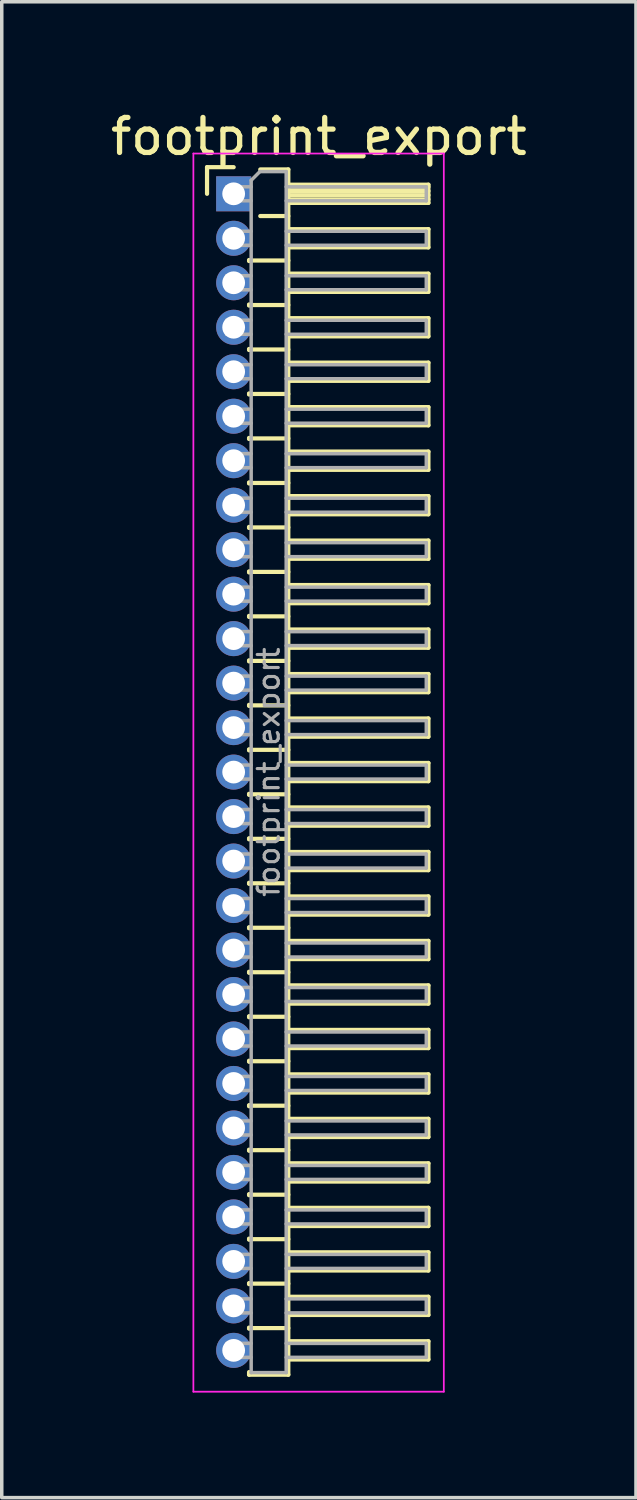
<source format=kicad_pcb>
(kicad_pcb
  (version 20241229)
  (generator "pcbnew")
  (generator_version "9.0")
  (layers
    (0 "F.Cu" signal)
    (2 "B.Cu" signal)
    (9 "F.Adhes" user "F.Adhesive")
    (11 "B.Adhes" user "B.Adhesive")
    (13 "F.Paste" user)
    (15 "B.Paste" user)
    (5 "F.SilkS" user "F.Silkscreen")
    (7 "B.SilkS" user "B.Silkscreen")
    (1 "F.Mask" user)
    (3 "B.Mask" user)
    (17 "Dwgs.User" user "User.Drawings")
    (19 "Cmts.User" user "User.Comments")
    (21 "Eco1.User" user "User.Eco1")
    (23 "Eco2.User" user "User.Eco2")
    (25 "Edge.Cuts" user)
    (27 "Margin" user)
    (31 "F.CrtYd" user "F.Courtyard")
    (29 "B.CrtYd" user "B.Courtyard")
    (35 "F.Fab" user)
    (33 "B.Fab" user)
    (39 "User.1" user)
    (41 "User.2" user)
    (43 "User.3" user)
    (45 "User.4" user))
  (footprint "footprint_export"
    (layer "F.Cu")
    (at 3.621 2.483)
    (property "Reference" "footprint_export" (at 2.433 -1.635 0) (layer "F.SilkS") (effects (font (size 1 1) (thickness 0.15))))
    (attr through_hole)
    (fp_line (start -0.76 -0.76) (end 0 -0.76) (stroke (width 0.12) (type solid)) (layer "F.SilkS"))
    (fp_line (start -0.76 0) (end -0.76 -0.76) (stroke (width 0.12) (type solid)) (layer "F.SilkS"))
    (fp_line (start 0.44 1.89) (end 0.44 1.92) (stroke (width 0.12) (type solid)) (layer "F.SilkS"))
    (fp_line (start 0.44 1.905) (end 1.56 1.905) (stroke (width 0.12) (type solid)) (layer "F.SilkS"))
    (fp_line (start 0.44 3.16) (end 0.44 3.19) (stroke (width 0.12) (type solid)) (layer "F.SilkS"))
    (fp_line (start 0.44 3.175) (end 1.56 3.175) (stroke (width 0.12) (type solid)) (layer "F.SilkS"))
    (fp_line (start 0.44 4.43) (end 0.44 4.46) (stroke (width 0.12) (type solid)) (layer "F.SilkS"))
    (fp_line (start 0.44 4.445) (end 1.56 4.445) (stroke (width 0.12) (type solid)) (layer "F.SilkS"))
    (fp_line (start 0.44 5.7) (end 0.44 5.73) (stroke (width 0.12) (type solid)) (layer "F.SilkS"))
    (fp_line (start 0.44 5.715) (end 1.56 5.715) (stroke (width 0.12) (type solid)) (layer "F.SilkS"))
    (fp_line (start 0.44 6.97) (end 0.44 7) (stroke (width 0.12) (type solid)) (layer "F.SilkS"))
    (fp_line (start 0.44 6.985) (end 1.56 6.985) (stroke (width 0.12) (type solid)) (layer "F.SilkS"))
    (fp_line (start 0.44 8.24) (end 0.44 8.27) (stroke (width 0.12) (type solid)) (layer "F.SilkS"))
    (fp_line (start 0.44 8.255) (end 1.56 8.255) (stroke (width 0.12) (type solid)) (layer "F.SilkS"))
    (fp_line (start 0.44 9.51) (end 0.44 9.54) (stroke (width 0.12) (type solid)) (layer "F.SilkS"))
    (fp_line (start 0.44 9.525) (end 1.56 9.525) (stroke (width 0.12) (type solid)) (layer "F.SilkS"))
    (fp_line (start 0.44 10.78) (end 0.44 10.81) (stroke (width 0.12) (type solid)) (layer "F.SilkS"))
    (fp_line (start 0.44 10.795) (end 1.56 10.795) (stroke (width 0.12) (type solid)) (layer "F.SilkS"))
    (fp_line (start 0.44 12.05) (end 0.44 12.08) (stroke (width 0.12) (type solid)) (layer "F.SilkS"))
    (fp_line (start 0.44 12.065) (end 1.56 12.065) (stroke (width 0.12) (type solid)) (layer "F.SilkS"))
    (fp_line (start 0.44 13.32) (end 0.44 13.35) (stroke (width 0.12) (type solid)) (layer "F.SilkS"))
    (fp_line (start 0.44 13.335) (end 1.56 13.335) (stroke (width 0.12) (type solid)) (layer "F.SilkS"))
    (fp_line (start 0.44 14.59) (end 0.44 14.62) (stroke (width 0.12) (type solid)) (layer "F.SilkS"))
    (fp_line (start 0.44 14.605) (end 1.56 14.605) (stroke (width 0.12) (type solid)) (layer "F.SilkS"))
    (fp_line (start 0.44 15.86) (end 0.44 15.89) (stroke (width 0.12) (type solid)) (layer "F.SilkS"))
    (fp_line (start 0.44 15.875) (end 1.56 15.875) (stroke (width 0.12) (type solid)) (layer "F.SilkS"))
    (fp_line (start 0.44 17.13) (end 0.44 17.16) (stroke (width 0.12) (type solid)) (layer "F.SilkS"))
    (fp_line (start 0.44 17.145) (end 1.56 17.145) (stroke (width 0.12) (type solid)) (layer "F.SilkS"))
    (fp_line (start 0.44 18.4) (end 0.44 18.43) (stroke (width 0.12) (type solid)) (layer "F.SilkS"))
    (fp_line (start 0.44 18.415) (end 1.56 18.415) (stroke (width 0.12) (type solid)) (layer "F.SilkS"))
    (fp_line (start 0.44 19.67) (end 0.44 19.7) (stroke (width 0.12) (type solid)) (layer "F.SilkS"))
    (fp_line (start 0.44 19.685) (end 1.56 19.685) (stroke (width 0.12) (type solid)) (layer "F.SilkS"))
    (fp_line (start 0.44 20.94) (end 0.44 20.97) (stroke (width 0.12) (type solid)) (layer "F.SilkS"))
    (fp_line (start 0.44 20.955) (end 1.56 20.955) (stroke (width 0.12) (type solid)) (layer "F.SilkS"))
    (fp_line (start 0.44 22.21) (end 0.44 22.24) (stroke (width 0.12) (type solid)) (layer "F.SilkS"))
    (fp_line (start 0.44 22.225) (end 1.56 22.225) (stroke (width 0.12) (type solid)) (layer "F.SilkS"))
    (fp_line (start 0.44 23.48) (end 0.44 23.51) (stroke (width 0.12) (type solid)) (layer "F.SilkS"))
    (fp_line (start 0.44 23.495) (end 1.56 23.495) (stroke (width 0.12) (type solid)) (layer "F.SilkS"))
    (fp_line (start 0.44 24.75) (end 0.44 24.78) (stroke (width 0.12) (type solid)) (layer "F.SilkS"))
    (fp_line (start 0.44 24.765) (end 1.56 24.765) (stroke (width 0.12) (type solid)) (layer "F.SilkS"))
    (fp_line (start 0.44 26.02) (end 0.44 26.05) (stroke (width 0.12) (type solid)) (layer "F.SilkS"))
    (fp_line (start 0.44 26.035) (end 1.56 26.035) (stroke (width 0.12) (type solid)) (layer "F.SilkS"))
    (fp_line (start 0.44 27.29) (end 0.44 27.32) (stroke (width 0.12) (type solid)) (layer "F.SilkS"))
    (fp_line (start 0.44 27.305) (end 1.56 27.305) (stroke (width 0.12) (type solid)) (layer "F.SilkS"))
    (fp_line (start 0.44 28.56) (end 0.44 28.59) (stroke (width 0.12) (type solid)) (layer "F.SilkS"))
    (fp_line (start 0.44 28.575) (end 1.56 28.575) (stroke (width 0.12) (type solid)) (layer "F.SilkS"))
    (fp_line (start 0.44 29.83) (end 0.44 29.86) (stroke (width 0.12) (type solid)) (layer "F.SilkS"))
    (fp_line (start 0.44 29.845) (end 1.56 29.845) (stroke (width 0.12) (type solid)) (layer "F.SilkS"))
    (fp_line (start 0.44 31.1) (end 0.44 31.13) (stroke (width 0.12) (type solid)) (layer "F.SilkS"))
    (fp_line (start 0.44 31.115) (end 1.56 31.115) (stroke (width 0.12) (type solid)) (layer "F.SilkS"))
    (fp_line (start 0.44 32.37) (end 0.44 32.4) (stroke (width 0.12) (type solid)) (layer "F.SilkS"))
    (fp_line (start 0.44 32.385) (end 1.56 32.385) (stroke (width 0.12) (type solid)) (layer "F.SilkS"))
    (fp_line (start 0.44 33.715) (end 0.44 33.64) (stroke (width 0.12) (type solid)) (layer "F.SilkS"))
    (fp_line (start 0.76 -0.695) (end 1.56 -0.695) (stroke (width 0.12) (type solid)) (layer "F.SilkS"))
    (fp_line (start 0.76 0.635) (end 1.56 0.635) (stroke (width 0.12) (type solid)) (layer "F.SilkS"))
    (fp_line (start 1.56 -0.695) (end 1.56 33.715) (stroke (width 0.12) (type solid)) (layer "F.SilkS"))
    (fp_line (start 1.56 -0.26) (end 5.56 -0.26) (stroke (width 0.12) (type solid)) (layer "F.SilkS"))
    (fp_line (start 1.56 -0.2) (end 5.56 -0.2) (stroke (width 0.12) (type solid)) (layer "F.SilkS"))
    (fp_line (start 1.56 -0.08) (end 5.56 -0.08) (stroke (width 0.12) (type solid)) (layer "F.SilkS"))
    (fp_line (start 1.56 0.04) (end 5.56 0.04) (stroke (width 0.12) (type solid)) (layer "F.SilkS"))
    (fp_line (start 1.56 0.16) (end 5.56 0.16) (stroke (width 0.12) (type solid)) (layer "F.SilkS"))
    (fp_line (start 1.56 1.01) (end 5.56 1.01) (stroke (width 0.12) (type solid)) (layer "F.SilkS"))
    (fp_line (start 1.56 2.28) (end 5.56 2.28) (stroke (width 0.12) (type solid)) (layer "F.SilkS"))
    (fp_line (start 1.56 3.55) (end 5.56 3.55) (stroke (width 0.12) (type solid)) (layer "F.SilkS"))
    (fp_line (start 1.56 4.82) (end 5.56 4.82) (stroke (width 0.12) (type solid)) (layer "F.SilkS"))
    (fp_line (start 1.56 6.09) (end 5.56 6.09) (stroke (width 0.12) (type solid)) (layer "F.SilkS"))
    (fp_line (start 1.56 7.36) (end 5.56 7.36) (stroke (width 0.12) (type solid)) (layer "F.SilkS"))
    (fp_line (start 1.56 8.63) (end 5.56 8.63) (stroke (width 0.12) (type solid)) (layer "F.SilkS"))
    (fp_line (start 1.56 9.9) (end 5.56 9.9) (stroke (width 0.12) (type solid)) (layer "F.SilkS"))
    (fp_line (start 1.56 11.17) (end 5.56 11.17) (stroke (width 0.12) (type solid)) (layer "F.SilkS"))
    (fp_line (start 1.56 12.44) (end 5.56 12.44) (stroke (width 0.12) (type solid)) (layer "F.SilkS"))
    (fp_line (start 1.56 13.71) (end 5.56 13.71) (stroke (width 0.12) (type solid)) (layer "F.SilkS"))
    (fp_line (start 1.56 14.98) (end 5.56 14.98) (stroke (width 0.12) (type solid)) (layer "F.SilkS"))
    (fp_line (start 1.56 16.25) (end 5.56 16.25) (stroke (width 0.12) (type solid)) (layer "F.SilkS"))
    (fp_line (start 1.56 17.52) (end 5.56 17.52) (stroke (width 0.12) (type solid)) (layer "F.SilkS"))
    (fp_line (start 1.56 18.79) (end 5.56 18.79) (stroke (width 0.12) (type solid)) (layer "F.SilkS"))
    (fp_line (start 1.56 20.06) (end 5.56 20.06) (stroke (width 0.12) (type solid)) (layer "F.SilkS"))
    (fp_line (start 1.56 21.33) (end 5.56 21.33) (stroke (width 0.12) (type solid)) (layer "F.SilkS"))
    (fp_line (start 1.56 22.6) (end 5.56 22.6) (stroke (width 0.12) (type solid)) (layer "F.SilkS"))
    (fp_line (start 1.56 23.87) (end 5.56 23.87) (stroke (width 0.12) (type solid)) (layer "F.SilkS"))
    (fp_line (start 1.56 25.14) (end 5.56 25.14) (stroke (width 0.12) (type solid)) (layer "F.SilkS"))
    (fp_line (start 1.56 26.41) (end 5.56 26.41) (stroke (width 0.12) (type solid)) (layer "F.SilkS"))
    (fp_line (start 1.56 27.68) (end 5.56 27.68) (stroke (width 0.12) (type solid)) (layer "F.SilkS"))
    (fp_line (start 1.56 28.95) (end 5.56 28.95) (stroke (width 0.12) (type solid)) (layer "F.SilkS"))
    (fp_line (start 1.56 30.22) (end 5.56 30.22) (stroke (width 0.12) (type solid)) (layer "F.SilkS"))
    (fp_line (start 1.56 31.49) (end 5.56 31.49) (stroke (width 0.12) (type solid)) (layer "F.SilkS"))
    (fp_line (start 1.56 32.76) (end 5.56 32.76) (stroke (width 0.12) (type solid)) (layer "F.SilkS"))
    (fp_line (start 1.56 33.715) (end 0.44 33.715) (stroke (width 0.12) (type solid)) (layer "F.SilkS"))
    (fp_line (start 5.56 -0.26) (end 5.56 0.26) (stroke (width 0.12) (type solid)) (layer "F.SilkS"))
    (fp_line (start 5.56 0.26) (end 1.56 0.26) (stroke (width 0.12) (type solid)) (layer "F.SilkS"))
    (fp_line (start 5.56 1.01) (end 5.56 1.53) (stroke (width 0.12) (type solid)) (layer "F.SilkS"))
    (fp_line (start 5.56 1.53) (end 1.56 1.53) (stroke (width 0.12) (type solid)) (layer "F.SilkS"))
    (fp_line (start 5.56 2.28) (end 5.56 2.8) (stroke (width 0.12) (type solid)) (layer "F.SilkS"))
    (fp_line (start 5.56 2.8) (end 1.56 2.8) (stroke (width 0.12) (type solid)) (layer "F.SilkS"))
    (fp_line (start 5.56 3.55) (end 5.56 4.07) (stroke (width 0.12) (type solid)) (layer "F.SilkS"))
    (fp_line (start 5.56 4.07) (end 1.56 4.07) (stroke (width 0.12) (type solid)) (layer "F.SilkS"))
    (fp_line (start 5.56 4.82) (end 5.56 5.34) (stroke (width 0.12) (type solid)) (layer "F.SilkS"))
    (fp_line (start 5.56 5.34) (end 1.56 5.34) (stroke (width 0.12) (type solid)) (layer "F.SilkS"))
    (fp_line (start 5.56 6.09) (end 5.56 6.61) (stroke (width 0.12) (type solid)) (layer "F.SilkS"))
    (fp_line (start 5.56 6.61) (end 1.56 6.61) (stroke (width 0.12) (type solid)) (layer "F.SilkS"))
    (fp_line (start 5.56 7.36) (end 5.56 7.88) (stroke (width 0.12) (type solid)) (layer "F.SilkS"))
    (fp_line (start 5.56 7.88) (end 1.56 7.88) (stroke (width 0.12) (type solid)) (layer "F.SilkS"))
    (fp_line (start 5.56 8.63) (end 5.56 9.15) (stroke (width 0.12) (type solid)) (layer "F.SilkS"))
    (fp_line (start 5.56 9.15) (end 1.56 9.15) (stroke (width 0.12) (type solid)) (layer "F.SilkS"))
    (fp_line (start 5.56 9.9) (end 5.56 10.42) (stroke (width 0.12) (type solid)) (layer "F.SilkS"))
    (fp_line (start 5.56 10.42) (end 1.56 10.42) (stroke (width 0.12) (type solid)) (layer "F.SilkS"))
    (fp_line (start 5.56 11.17) (end 5.56 11.69) (stroke (width 0.12) (type solid)) (layer "F.SilkS"))
    (fp_line (start 5.56 11.69) (end 1.56 11.69) (stroke (width 0.12) (type solid)) (layer "F.SilkS"))
    (fp_line (start 5.56 12.44) (end 5.56 12.96) (stroke (width 0.12) (type solid)) (layer "F.SilkS"))
    (fp_line (start 5.56 12.96) (end 1.56 12.96) (stroke (width 0.12) (type solid)) (layer "F.SilkS"))
    (fp_line (start 5.56 13.71) (end 5.56 14.23) (stroke (width 0.12) (type solid)) (layer "F.SilkS"))
    (fp_line (start 5.56 14.23) (end 1.56 14.23) (stroke (width 0.12) (type solid)) (layer "F.SilkS"))
    (fp_line (start 5.56 14.98) (end 5.56 15.5) (stroke (width 0.12) (type solid)) (layer "F.SilkS"))
    (fp_line (start 5.56 15.5) (end 1.56 15.5) (stroke (width 0.12) (type solid)) (layer "F.SilkS"))
    (fp_line (start 5.56 16.25) (end 5.56 16.77) (stroke (width 0.12) (type solid)) (layer "F.SilkS"))
    (fp_line (start 5.56 16.77) (end 1.56 16.77) (stroke (width 0.12) (type solid)) (layer "F.SilkS"))
    (fp_line (start 5.56 17.52) (end 5.56 18.04) (stroke (width 0.12) (type solid)) (layer "F.SilkS"))
    (fp_line (start 5.56 18.04) (end 1.56 18.04) (stroke (width 0.12) (type solid)) (layer "F.SilkS"))
    (fp_line (start 5.56 18.79) (end 5.56 19.31) (stroke (width 0.12) (type solid)) (layer "F.SilkS"))
    (fp_line (start 5.56 19.31) (end 1.56 19.31) (stroke (width 0.12) (type solid)) (layer "F.SilkS"))
    (fp_line (start 5.56 20.06) (end 5.56 20.58) (stroke (width 0.12) (type solid)) (layer "F.SilkS"))
    (fp_line (start 5.56 20.58) (end 1.56 20.58) (stroke (width 0.12) (type solid)) (layer "F.SilkS"))
    (fp_line (start 5.56 21.33) (end 5.56 21.85) (stroke (width 0.12) (type solid)) (layer "F.SilkS"))
    (fp_line (start 5.56 21.85) (end 1.56 21.85) (stroke (width 0.12) (type solid)) (layer "F.SilkS"))
    (fp_line (start 5.56 22.6) (end 5.56 23.12) (stroke (width 0.12) (type solid)) (layer "F.SilkS"))
    (fp_line (start 5.56 23.12) (end 1.56 23.12) (stroke (width 0.12) (type solid)) (layer "F.SilkS"))
    (fp_line (start 5.56 23.87) (end 5.56 24.39) (stroke (width 0.12) (type solid)) (layer "F.SilkS"))
    (fp_line (start 5.56 24.39) (end 1.56 24.39) (stroke (width 0.12) (type solid)) (layer "F.SilkS"))
    (fp_line (start 5.56 25.14) (end 5.56 25.66) (stroke (width 0.12) (type solid)) (layer "F.SilkS"))
    (fp_line (start 5.56 25.66) (end 1.56 25.66) (stroke (width 0.12) (type solid)) (layer "F.SilkS"))
    (fp_line (start 5.56 26.41) (end 5.56 26.93) (stroke (width 0.12) (type solid)) (layer "F.SilkS"))
    (fp_line (start 5.56 26.93) (end 1.56 26.93) (stroke (width 0.12) (type solid)) (layer "F.SilkS"))
    (fp_line (start 5.56 27.68) (end 5.56 28.2) (stroke (width 0.12) (type solid)) (layer "F.SilkS"))
    (fp_line (start 5.56 28.2) (end 1.56 28.2) (stroke (width 0.12) (type solid)) (layer "F.SilkS"))
    (fp_line (start 5.56 28.95) (end 5.56 29.47) (stroke (width 0.12) (type solid)) (layer "F.SilkS"))
    (fp_line (start 5.56 29.47) (end 1.56 29.47) (stroke (width 0.12) (type solid)) (layer "F.SilkS"))
    (fp_line (start 5.56 30.22) (end 5.56 30.74) (stroke (width 0.12) (type solid)) (layer "F.SilkS"))
    (fp_line (start 5.56 30.74) (end 1.56 30.74) (stroke (width 0.12) (type solid)) (layer "F.SilkS"))
    (fp_line (start 5.56 31.49) (end 5.56 32.01) (stroke (width 0.12) (type solid)) (layer "F.SilkS"))
    (fp_line (start 5.56 32.01) (end 1.56 32.01) (stroke (width 0.12) (type solid)) (layer "F.SilkS"))
    (fp_line (start 5.56 32.76) (end 5.56 33.28) (stroke (width 0.12) (type solid)) (layer "F.SilkS"))
    (fp_line (start 5.56 33.28) (end 1.56 33.28) (stroke (width 0.12) (type solid)) (layer "F.SilkS"))
    (fp_line (start -1.15 -1.15) (end -1.15 34.2) (stroke (width 0.05) (type solid)) (layer "F.CrtYd"))
    (fp_line (start -1.15 34.2) (end 6 34.2) (stroke (width 0.05) (type solid)) (layer "F.CrtYd"))
    (fp_line (start 6 -1.15) (end -1.15 -1.15) (stroke (width 0.05) (type solid)) (layer "F.CrtYd"))
    (fp_line (start 6 34.2) (end 6 -1.15) (stroke (width 0.05) (type solid)) (layer "F.CrtYd"))
    (fp_line (start -0.2 -0.2) (end -0.2 0.2) (stroke (width 0.1) (type solid)) (layer "F.Fab"))
    (fp_line (start -0.2 -0.2) (end 0.5 -0.2) (stroke (width 0.1) (type solid)) (layer "F.Fab"))
    (fp_line (start -0.2 0.2) (end 0.5 0.2) (stroke (width 0.1) (type solid)) (layer "F.Fab"))
    (fp_line (start -0.2 1.07) (end -0.2 1.47) (stroke (width 0.1) (type solid)) (layer "F.Fab"))
    (fp_line (start -0.2 1.07) (end 0.5 1.07) (stroke (width 0.1) (type solid)) (layer "F.Fab"))
    (fp_line (start -0.2 1.47) (end 0.5 1.47) (stroke (width 0.1) (type solid)) (layer "F.Fab"))
    (fp_line (start -0.2 2.34) (end -0.2 2.74) (stroke (width 0.1) (type solid)) (layer "F.Fab"))
    (fp_line (start -0.2 2.34) (end 0.5 2.34) (stroke (width 0.1) (type solid)) (layer "F.Fab"))
    (fp_line (start -0.2 2.74) (end 0.5 2.74) (stroke (width 0.1) (type solid)) (layer "F.Fab"))
    (fp_line (start -0.2 3.61) (end -0.2 4.01) (stroke (width 0.1) (type solid)) (layer "F.Fab"))
    (fp_line (start -0.2 3.61) (end 0.5 3.61) (stroke (width 0.1) (type solid)) (layer "F.Fab"))
    (fp_line (start -0.2 4.01) (end 0.5 4.01) (stroke (width 0.1) (type solid)) (layer "F.Fab"))
    (fp_line (start -0.2 4.88) (end -0.2 5.28) (stroke (width 0.1) (type solid)) (layer "F.Fab"))
    (fp_line (start -0.2 4.88) (end 0.5 4.88) (stroke (width 0.1) (type solid)) (layer "F.Fab"))
    (fp_line (start -0.2 5.28) (end 0.5 5.28) (stroke (width 0.1) (type solid)) (layer "F.Fab"))
    (fp_line (start -0.2 6.15) (end -0.2 6.55) (stroke (width 0.1) (type solid)) (layer "F.Fab"))
    (fp_line (start -0.2 6.15) (end 0.5 6.15) (stroke (width 0.1) (type solid)) (layer "F.Fab"))
    (fp_line (start -0.2 6.55) (end 0.5 6.55) (stroke (width 0.1) (type solid)) (layer "F.Fab"))
    (fp_line (start -0.2 7.42) (end -0.2 7.82) (stroke (width 0.1) (type solid)) (layer "F.Fab"))
    (fp_line (start -0.2 7.42) (end 0.5 7.42) (stroke (width 0.1) (type solid)) (layer "F.Fab"))
    (fp_line (start -0.2 7.82) (end 0.5 7.82) (stroke (width 0.1) (type solid)) (layer "F.Fab"))
    (fp_line (start -0.2 8.69) (end -0.2 9.09) (stroke (width 0.1) (type solid)) (layer "F.Fab"))
    (fp_line (start -0.2 8.69) (end 0.5 8.69) (stroke (width 0.1) (type solid)) (layer "F.Fab"))
    (fp_line (start -0.2 9.09) (end 0.5 9.09) (stroke (width 0.1) (type solid)) (layer "F.Fab"))
    (fp_line (start -0.2 9.96) (end -0.2 10.36) (stroke (width 0.1) (type solid)) (layer "F.Fab"))
    (fp_line (start -0.2 9.96) (end 0.5 9.96) (stroke (width 0.1) (type solid)) (layer "F.Fab"))
    (fp_line (start -0.2 10.36) (end 0.5 10.36) (stroke (width 0.1) (type solid)) (layer "F.Fab"))
    (fp_line (start -0.2 11.23) (end -0.2 11.63) (stroke (width 0.1) (type solid)) (layer "F.Fab"))
    (fp_line (start -0.2 11.23) (end 0.5 11.23) (stroke (width 0.1) (type solid)) (layer "F.Fab"))
    (fp_line (start -0.2 11.63) (end 0.5 11.63) (stroke (width 0.1) (type solid)) (layer "F.Fab"))
    (fp_line (start -0.2 12.5) (end -0.2 12.9) (stroke (width 0.1) (type solid)) (layer "F.Fab"))
    (fp_line (start -0.2 12.5) (end 0.5 12.5) (stroke (width 0.1) (type solid)) (layer "F.Fab"))
    (fp_line (start -0.2 12.9) (end 0.5 12.9) (stroke (width 0.1) (type solid)) (layer "F.Fab"))
    (fp_line (start -0.2 13.77) (end -0.2 14.17) (stroke (width 0.1) (type solid)) (layer "F.Fab"))
    (fp_line (start -0.2 13.77) (end 0.5 13.77) (stroke (width 0.1) (type solid)) (layer "F.Fab"))
    (fp_line (start -0.2 14.17) (end 0.5 14.17) (stroke (width 0.1) (type solid)) (layer "F.Fab"))
    (fp_line (start -0.2 15.04) (end -0.2 15.44) (stroke (width 0.1) (type solid)) (layer "F.Fab"))
    (fp_line (start -0.2 15.04) (end 0.5 15.04) (stroke (width 0.1) (type solid)) (layer "F.Fab"))
    (fp_line (start -0.2 15.44) (end 0.5 15.44) (stroke (width 0.1) (type solid)) (layer "F.Fab"))
    (fp_line (start -0.2 16.31) (end -0.2 16.71) (stroke (width 0.1) (type solid)) (layer "F.Fab"))
    (fp_line (start -0.2 16.31) (end 0.5 16.31) (stroke (width 0.1) (type solid)) (layer "F.Fab"))
    (fp_line (start -0.2 16.71) (end 0.5 16.71) (stroke (width 0.1) (type solid)) (layer "F.Fab"))
    (fp_line (start -0.2 17.58) (end -0.2 17.98) (stroke (width 0.1) (type solid)) (layer "F.Fab"))
    (fp_line (start -0.2 17.58) (end 0.5 17.58) (stroke (width 0.1) (type solid)) (layer "F.Fab"))
    (fp_line (start -0.2 17.98) (end 0.5 17.98) (stroke (width 0.1) (type solid)) (layer "F.Fab"))
    (fp_line (start -0.2 18.85) (end -0.2 19.25) (stroke (width 0.1) (type solid)) (layer "F.Fab"))
    (fp_line (start -0.2 18.85) (end 0.5 18.85) (stroke (width 0.1) (type solid)) (layer "F.Fab"))
    (fp_line (start -0.2 19.25) (end 0.5 19.25) (stroke (width 0.1) (type solid)) (layer "F.Fab"))
    (fp_line (start -0.2 20.12) (end -0.2 20.52) (stroke (width 0.1) (type solid)) (layer "F.Fab"))
    (fp_line (start -0.2 20.12) (end 0.5 20.12) (stroke (width 0.1) (type solid)) (layer "F.Fab"))
    (fp_line (start -0.2 20.52) (end 0.5 20.52) (stroke (width 0.1) (type solid)) (layer "F.Fab"))
    (fp_line (start -0.2 21.39) (end -0.2 21.79) (stroke (width 0.1) (type solid)) (layer "F.Fab"))
    (fp_line (start -0.2 21.39) (end 0.5 21.39) (stroke (width 0.1) (type solid)) (layer "F.Fab"))
    (fp_line (start -0.2 21.79) (end 0.5 21.79) (stroke (width 0.1) (type solid)) (layer "F.Fab"))
    (fp_line (start -0.2 22.66) (end -0.2 23.06) (stroke (width 0.1) (type solid)) (layer "F.Fab"))
    (fp_line (start -0.2 22.66) (end 0.5 22.66) (stroke (width 0.1) (type solid)) (layer "F.Fab"))
    (fp_line (start -0.2 23.06) (end 0.5 23.06) (stroke (width 0.1) (type solid)) (layer "F.Fab"))
    (fp_line (start -0.2 23.93) (end -0.2 24.33) (stroke (width 0.1) (type solid)) (layer "F.Fab"))
    (fp_line (start -0.2 23.93) (end 0.5 23.93) (stroke (width 0.1) (type solid)) (layer "F.Fab"))
    (fp_line (start -0.2 24.33) (end 0.5 24.33) (stroke (width 0.1) (type solid)) (layer "F.Fab"))
    (fp_line (start -0.2 25.2) (end -0.2 25.6) (stroke (width 0.1) (type solid)) (layer "F.Fab"))
    (fp_line (start -0.2 25.2) (end 0.5 25.2) (stroke (width 0.1) (type solid)) (layer "F.Fab"))
    (fp_line (start -0.2 25.6) (end 0.5 25.6) (stroke (width 0.1) (type solid)) (layer "F.Fab"))
    (fp_line (start -0.2 26.47) (end -0.2 26.87) (stroke (width 0.1) (type solid)) (layer "F.Fab"))
    (fp_line (start -0.2 26.47) (end 0.5 26.47) (stroke (width 0.1) (type solid)) (layer "F.Fab"))
    (fp_line (start -0.2 26.87) (end 0.5 26.87) (stroke (width 0.1) (type solid)) (layer "F.Fab"))
    (fp_line (start -0.2 27.74) (end -0.2 28.14) (stroke (width 0.1) (type solid)) (layer "F.Fab"))
    (fp_line (start -0.2 27.74) (end 0.5 27.74) (stroke (width 0.1) (type solid)) (layer "F.Fab"))
    (fp_line (start -0.2 28.14) (end 0.5 28.14) (stroke (width 0.1) (type solid)) (layer "F.Fab"))
    (fp_line (start -0.2 29.01) (end -0.2 29.41) (stroke (width 0.1) (type solid)) (layer "F.Fab"))
    (fp_line (start -0.2 29.01) (end 0.5 29.01) (stroke (width 0.1) (type solid)) (layer "F.Fab"))
    (fp_line (start -0.2 29.41) (end 0.5 29.41) (stroke (width 0.1) (type solid)) (layer "F.Fab"))
    (fp_line (start -0.2 30.28) (end -0.2 30.68) (stroke (width 0.1) (type solid)) (layer "F.Fab"))
    (fp_line (start -0.2 30.28) (end 0.5 30.28) (stroke (width 0.1) (type solid)) (layer "F.Fab"))
    (fp_line (start -0.2 30.68) (end 0.5 30.68) (stroke (width 0.1) (type solid)) (layer "F.Fab"))
    (fp_line (start -0.2 31.55) (end -0.2 31.95) (stroke (width 0.1) (type solid)) (layer "F.Fab"))
    (fp_line (start -0.2 31.55) (end 0.5 31.55) (stroke (width 0.1) (type solid)) (layer "F.Fab"))
    (fp_line (start -0.2 31.95) (end 0.5 31.95) (stroke (width 0.1) (type solid)) (layer "F.Fab"))
    (fp_line (start -0.2 32.82) (end -0.2 33.22) (stroke (width 0.1) (type solid)) (layer "F.Fab"))
    (fp_line (start -0.2 32.82) (end 0.5 32.82) (stroke (width 0.1) (type solid)) (layer "F.Fab"))
    (fp_line (start -0.2 33.22) (end 0.5 33.22) (stroke (width 0.1) (type solid)) (layer "F.Fab"))
    (fp_line (start 0.5 -0.385) (end 0.75 -0.635) (stroke (width 0.1) (type solid)) (layer "F.Fab"))
    (fp_line (start 0.5 33.655) (end 0.5 -0.385) (stroke (width 0.1) (type solid)) (layer "F.Fab"))
    (fp_line (start 0.75 -0.635) (end 1.5 -0.635) (stroke (width 0.1) (type solid)) (layer "F.Fab"))
    (fp_line (start 1.5 -0.635) (end 1.5 33.655) (stroke (width 0.1) (type solid)) (layer "F.Fab"))
    (fp_line (start 1.5 -0.2) (end 5.5 -0.2) (stroke (width 0.1) (type solid)) (layer "F.Fab"))
    (fp_line (start 1.5 0.2) (end 5.5 0.2) (stroke (width 0.1) (type solid)) (layer "F.Fab"))
    (fp_line (start 1.5 1.07) (end 5.5 1.07) (stroke (width 0.1) (type solid)) (layer "F.Fab"))
    (fp_line (start 1.5 1.47) (end 5.5 1.47) (stroke (width 0.1) (type solid)) (layer "F.Fab"))
    (fp_line (start 1.5 2.34) (end 5.5 2.34) (stroke (width 0.1) (type solid)) (layer "F.Fab"))
    (fp_line (start 1.5 2.74) (end 5.5 2.74) (stroke (width 0.1) (type solid)) (layer "F.Fab"))
    (fp_line (start 1.5 3.61) (end 5.5 3.61) (stroke (width 0.1) (type solid)) (layer "F.Fab"))
    (fp_line (start 1.5 4.01) (end 5.5 4.01) (stroke (width 0.1) (type solid)) (layer "F.Fab"))
    (fp_line (start 1.5 4.88) (end 5.5 4.88) (stroke (width 0.1) (type solid)) (layer "F.Fab"))
    (fp_line (start 1.5 5.28) (end 5.5 5.28) (stroke (width 0.1) (type solid)) (layer "F.Fab"))
    (fp_line (start 1.5 6.15) (end 5.5 6.15) (stroke (width 0.1) (type solid)) (layer "F.Fab"))
    (fp_line (start 1.5 6.55) (end 5.5 6.55) (stroke (width 0.1) (type solid)) (layer "F.Fab"))
    (fp_line (start 1.5 7.42) (end 5.5 7.42) (stroke (width 0.1) (type solid)) (layer "F.Fab"))
    (fp_line (start 1.5 7.82) (end 5.5 7.82) (stroke (width 0.1) (type solid)) (layer "F.Fab"))
    (fp_line (start 1.5 8.69) (end 5.5 8.69) (stroke (width 0.1) (type solid)) (layer "F.Fab"))
    (fp_line (start 1.5 9.09) (end 5.5 9.09) (stroke (width 0.1) (type solid)) (layer "F.Fab"))
    (fp_line (start 1.5 9.96) (end 5.5 9.96) (stroke (width 0.1) (type solid)) (layer "F.Fab"))
    (fp_line (start 1.5 10.36) (end 5.5 10.36) (stroke (width 0.1) (type solid)) (layer "F.Fab"))
    (fp_line (start 1.5 11.23) (end 5.5 11.23) (stroke (width 0.1) (type solid)) (layer "F.Fab"))
    (fp_line (start 1.5 11.63) (end 5.5 11.63) (stroke (width 0.1) (type solid)) (layer "F.Fab"))
    (fp_line (start 1.5 12.5) (end 5.5 12.5) (stroke (width 0.1) (type solid)) (layer "F.Fab"))
    (fp_line (start 1.5 12.9) (end 5.5 12.9) (stroke (width 0.1) (type solid)) (layer "F.Fab"))
    (fp_line (start 1.5 13.77) (end 5.5 13.77) (stroke (width 0.1) (type solid)) (layer "F.Fab"))
    (fp_line (start 1.5 14.17) (end 5.5 14.17) (stroke (width 0.1) (type solid)) (layer "F.Fab"))
    (fp_line (start 1.5 15.04) (end 5.5 15.04) (stroke (width 0.1) (type solid)) (layer "F.Fab"))
    (fp_line (start 1.5 15.44) (end 5.5 15.44) (stroke (width 0.1) (type solid)) (layer "F.Fab"))
    (fp_line (start 1.5 16.31) (end 5.5 16.31) (stroke (width 0.1) (type solid)) (layer "F.Fab"))
    (fp_line (start 1.5 16.71) (end 5.5 16.71) (stroke (width 0.1) (type solid)) (layer "F.Fab"))
    (fp_line (start 1.5 17.58) (end 5.5 17.58) (stroke (width 0.1) (type solid)) (layer "F.Fab"))
    (fp_line (start 1.5 17.98) (end 5.5 17.98) (stroke (width 0.1) (type solid)) (layer "F.Fab"))
    (fp_line (start 1.5 18.85) (end 5.5 18.85) (stroke (width 0.1) (type solid)) (layer "F.Fab"))
    (fp_line (start 1.5 19.25) (end 5.5 19.25) (stroke (width 0.1) (type solid)) (layer "F.Fab"))
    (fp_line (start 1.5 20.12) (end 5.5 20.12) (stroke (width 0.1) (type solid)) (layer "F.Fab"))
    (fp_line (start 1.5 20.52) (end 5.5 20.52) (stroke (width 0.1) (type solid)) (layer "F.Fab"))
    (fp_line (start 1.5 21.39) (end 5.5 21.39) (stroke (width 0.1) (type solid)) (layer "F.Fab"))
    (fp_line (start 1.5 21.79) (end 5.5 21.79) (stroke (width 0.1) (type solid)) (layer "F.Fab"))
    (fp_line (start 1.5 22.66) (end 5.5 22.66) (stroke (width 0.1) (type solid)) (layer "F.Fab"))
    (fp_line (start 1.5 23.06) (end 5.5 23.06) (stroke (width 0.1) (type solid)) (layer "F.Fab"))
    (fp_line (start 1.5 23.93) (end 5.5 23.93) (stroke (width 0.1) (type solid)) (layer "F.Fab"))
    (fp_line (start 1.5 24.33) (end 5.5 24.33) (stroke (width 0.1) (type solid)) (layer "F.Fab"))
    (fp_line (start 1.5 25.2) (end 5.5 25.2) (stroke (width 0.1) (type solid)) (layer "F.Fab"))
    (fp_line (start 1.5 25.6) (end 5.5 25.6) (stroke (width 0.1) (type solid)) (layer "F.Fab"))
    (fp_line (start 1.5 26.47) (end 5.5 26.47) (stroke (width 0.1) (type solid)) (layer "F.Fab"))
    (fp_line (start 1.5 26.87) (end 5.5 26.87) (stroke (width 0.1) (type solid)) (layer "F.Fab"))
    (fp_line (start 1.5 27.74) (end 5.5 27.74) (stroke (width 0.1) (type solid)) (layer "F.Fab"))
    (fp_line (start 1.5 28.14) (end 5.5 28.14) (stroke (width 0.1) (type solid)) (layer "F.Fab"))
    (fp_line (start 1.5 29.01) (end 5.5 29.01) (stroke (width 0.1) (type solid)) (layer "F.Fab"))
    (fp_line (start 1.5 29.41) (end 5.5 29.41) (stroke (width 0.1) (type solid)) (layer "F.Fab"))
    (fp_line (start 1.5 30.28) (end 5.5 30.28) (stroke (width 0.1) (type solid)) (layer "F.Fab"))
    (fp_line (start 1.5 30.68) (end 5.5 30.68) (stroke (width 0.1) (type solid)) (layer "F.Fab"))
    (fp_line (start 1.5 31.55) (end 5.5 31.55) (stroke (width 0.1) (type solid)) (layer "F.Fab"))
    (fp_line (start 1.5 31.95) (end 5.5 31.95) (stroke (width 0.1) (type solid)) (layer "F.Fab"))
    (fp_line (start 1.5 32.82) (end 5.5 32.82) (stroke (width 0.1) (type solid)) (layer "F.Fab"))
    (fp_line (start 1.5 33.22) (end 5.5 33.22) (stroke (width 0.1) (type solid)) (layer "F.Fab"))
    (fp_line (start 1.5 33.655) (end 0.5 33.655) (stroke (width 0.1) (type solid)) (layer "F.Fab"))
    (fp_line (start 5.5 -0.2) (end 5.5 0.2) (stroke (width 0.1) (type solid)) (layer "F.Fab"))
    (fp_line (start 5.5 1.07) (end 5.5 1.47) (stroke (width 0.1) (type solid)) (layer "F.Fab"))
    (fp_line (start 5.5 2.34) (end 5.5 2.74) (stroke (width 0.1) (type solid)) (layer "F.Fab"))
    (fp_line (start 5.5 3.61) (end 5.5 4.01) (stroke (width 0.1) (type solid)) (layer "F.Fab"))
    (fp_line (start 5.5 4.88) (end 5.5 5.28) (stroke (width 0.1) (type solid)) (layer "F.Fab"))
    (fp_line (start 5.5 6.15) (end 5.5 6.55) (stroke (width 0.1) (type solid)) (layer "F.Fab"))
    (fp_line (start 5.5 7.42) (end 5.5 7.82) (stroke (width 0.1) (type solid)) (layer "F.Fab"))
    (fp_line (start 5.5 8.69) (end 5.5 9.09) (stroke (width 0.1) (type solid)) (layer "F.Fab"))
    (fp_line (start 5.5 9.96) (end 5.5 10.36) (stroke (width 0.1) (type solid)) (layer "F.Fab"))
    (fp_line (start 5.5 11.23) (end 5.5 11.63) (stroke (width 0.1) (type solid)) (layer "F.Fab"))
    (fp_line (start 5.5 12.5) (end 5.5 12.9) (stroke (width 0.1) (type solid)) (layer "F.Fab"))
    (fp_line (start 5.5 13.77) (end 5.5 14.17) (stroke (width 0.1) (type solid)) (layer "F.Fab"))
    (fp_line (start 5.5 15.04) (end 5.5 15.44) (stroke (width 0.1) (type solid)) (layer "F.Fab"))
    (fp_line (start 5.5 16.31) (end 5.5 16.71) (stroke (width 0.1) (type solid)) (layer "F.Fab"))
    (fp_line (start 5.5 17.58) (end 5.5 17.98) (stroke (width 0.1) (type solid)) (layer "F.Fab"))
    (fp_line (start 5.5 18.85) (end 5.5 19.25) (stroke (width 0.1) (type solid)) (layer "F.Fab"))
    (fp_line (start 5.5 20.12) (end 5.5 20.52) (stroke (width 0.1) (type solid)) (layer "F.Fab"))
    (fp_line (start 5.5 21.39) (end 5.5 21.79) (stroke (width 0.1) (type solid)) (layer "F.Fab"))
    (fp_line (start 5.5 22.66) (end 5.5 23.06) (stroke (width 0.1) (type solid)) (layer "F.Fab"))
    (fp_line (start 5.5 23.93) (end 5.5 24.33) (stroke (width 0.1) (type solid)) (layer "F.Fab"))
    (fp_line (start 5.5 25.2) (end 5.5 25.6) (stroke (width 0.1) (type solid)) (layer "F.Fab"))
    (fp_line (start 5.5 26.47) (end 5.5 26.87) (stroke (width 0.1) (type solid)) (layer "F.Fab"))
    (fp_line (start 5.5 27.74) (end 5.5 28.14) (stroke (width 0.1) (type solid)) (layer "F.Fab"))
    (fp_line (start 5.5 29.01) (end 5.5 29.41) (stroke (width 0.1) (type solid)) (layer "F.Fab"))
    (fp_line (start 5.5 30.28) (end 5.5 30.68) (stroke (width 0.1) (type solid)) (layer "F.Fab"))
    (fp_line (start 5.5 31.55) (end 5.5 31.95) (stroke (width 0.1) (type solid)) (layer "F.Fab"))
    (fp_line (start 5.5 32.82) (end 5.5 33.22) (stroke (width 0.1) (type solid)) (layer "F.Fab"))
    (fp_text user "${REFERENCE}" (at 1 16.51 90) (layer "F.Fab") (effects (font (size 0.6 0.6) (thickness 0.09))))
    (pad "1" thru_hole rect (at 0 0) (size 1 1) (drill 0.65) (layers "*.Cu" "*.Mask"))
    (pad "2" thru_hole oval (at 0 1.27) (size 1 1) (drill 0.65) (layers "*.Cu" "*.Mask"))
    (pad "3" thru_hole oval (at 0 2.54) (size 1 1) (drill 0.65) (layers "*.Cu" "*.Mask"))
    (pad "4" thru_hole oval (at 0 3.81) (size 1 1) (drill 0.65) (layers "*.Cu" "*.Mask"))
    (pad "5" thru_hole oval (at 0 5.08) (size 1 1) (drill 0.65) (layers "*.Cu" "*.Mask"))
    (pad "6" thru_hole oval (at 0 6.35) (size 1 1) (drill 0.65) (layers "*.Cu" "*.Mask"))
    (pad "7" thru_hole oval (at 0 7.62) (size 1 1) (drill 0.65) (layers "*.Cu" "*.Mask"))
    (pad "8" thru_hole oval (at 0 8.89) (size 1 1) (drill 0.65) (layers "*.Cu" "*.Mask"))
    (pad "9" thru_hole oval (at 0 10.16) (size 1 1) (drill 0.65) (layers "*.Cu" "*.Mask"))
    (pad "10" thru_hole oval (at 0 11.43) (size 1 1) (drill 0.65) (layers "*.Cu" "*.Mask"))
    (pad "11" thru_hole oval (at 0 12.7) (size 1 1) (drill 0.65) (layers "*.Cu" "*.Mask"))
    (pad "12" thru_hole oval (at 0 13.97) (size 1 1) (drill 0.65) (layers "*.Cu" "*.Mask"))
    (pad "13" thru_hole oval (at 0 15.24) (size 1 1) (drill 0.65) (layers "*.Cu" "*.Mask"))
    (pad "14" thru_hole oval (at 0 16.51) (size 1 1) (drill 0.65) (layers "*.Cu" "*.Mask"))
    (pad "15" thru_hole oval (at 0 17.78) (size 1 1) (drill 0.65) (layers "*.Cu" "*.Mask"))
    (pad "16" thru_hole oval (at 0 19.05) (size 1 1) (drill 0.65) (layers "*.Cu" "*.Mask"))
    (pad "17" thru_hole oval (at 0 20.32) (size 1 1) (drill 0.65) (layers "*.Cu" "*.Mask"))
    (pad "18" thru_hole oval (at 0 21.59) (size 1 1) (drill 0.65) (layers "*.Cu" "*.Mask"))
    (pad "19" thru_hole oval (at 0 22.86) (size 1 1) (drill 0.65) (layers "*.Cu" "*.Mask"))
    (pad "20" thru_hole oval (at 0 24.13) (size 1 1) (drill 0.65) (layers "*.Cu" "*.Mask"))
    (pad "21" thru_hole oval (at 0 25.4) (size 1 1) (drill 0.65) (layers "*.Cu" "*.Mask"))
    (pad "22" thru_hole oval (at 0 26.67) (size 1 1) (drill 0.65) (layers "*.Cu" "*.Mask"))
    (pad "23" thru_hole oval (at 0 27.94) (size 1 1) (drill 0.65) (layers "*.Cu" "*.Mask"))
    (pad "24" thru_hole oval (at 0 29.21) (size 1 1) (drill 0.65) (layers "*.Cu" "*.Mask"))
    (pad "25" thru_hole oval (at 0 30.48) (size 1 1) (drill 0.65) (layers "*.Cu" "*.Mask"))
    (pad "26" thru_hole oval (at 0 31.75) (size 1 1) (drill 0.65) (layers "*.Cu" "*.Mask"))
    (pad "27" thru_hole oval (at 0 33.02) (size 1 1) (drill 0.65) (layers "*.Cu" "*.Mask")))
  (gr_rect
    (start -3 -3)
    (end 15.107 39.708)
    (stroke (width 0.1) (type default))
    (fill no)
    (layer "Edge.Cuts")))
</source>
